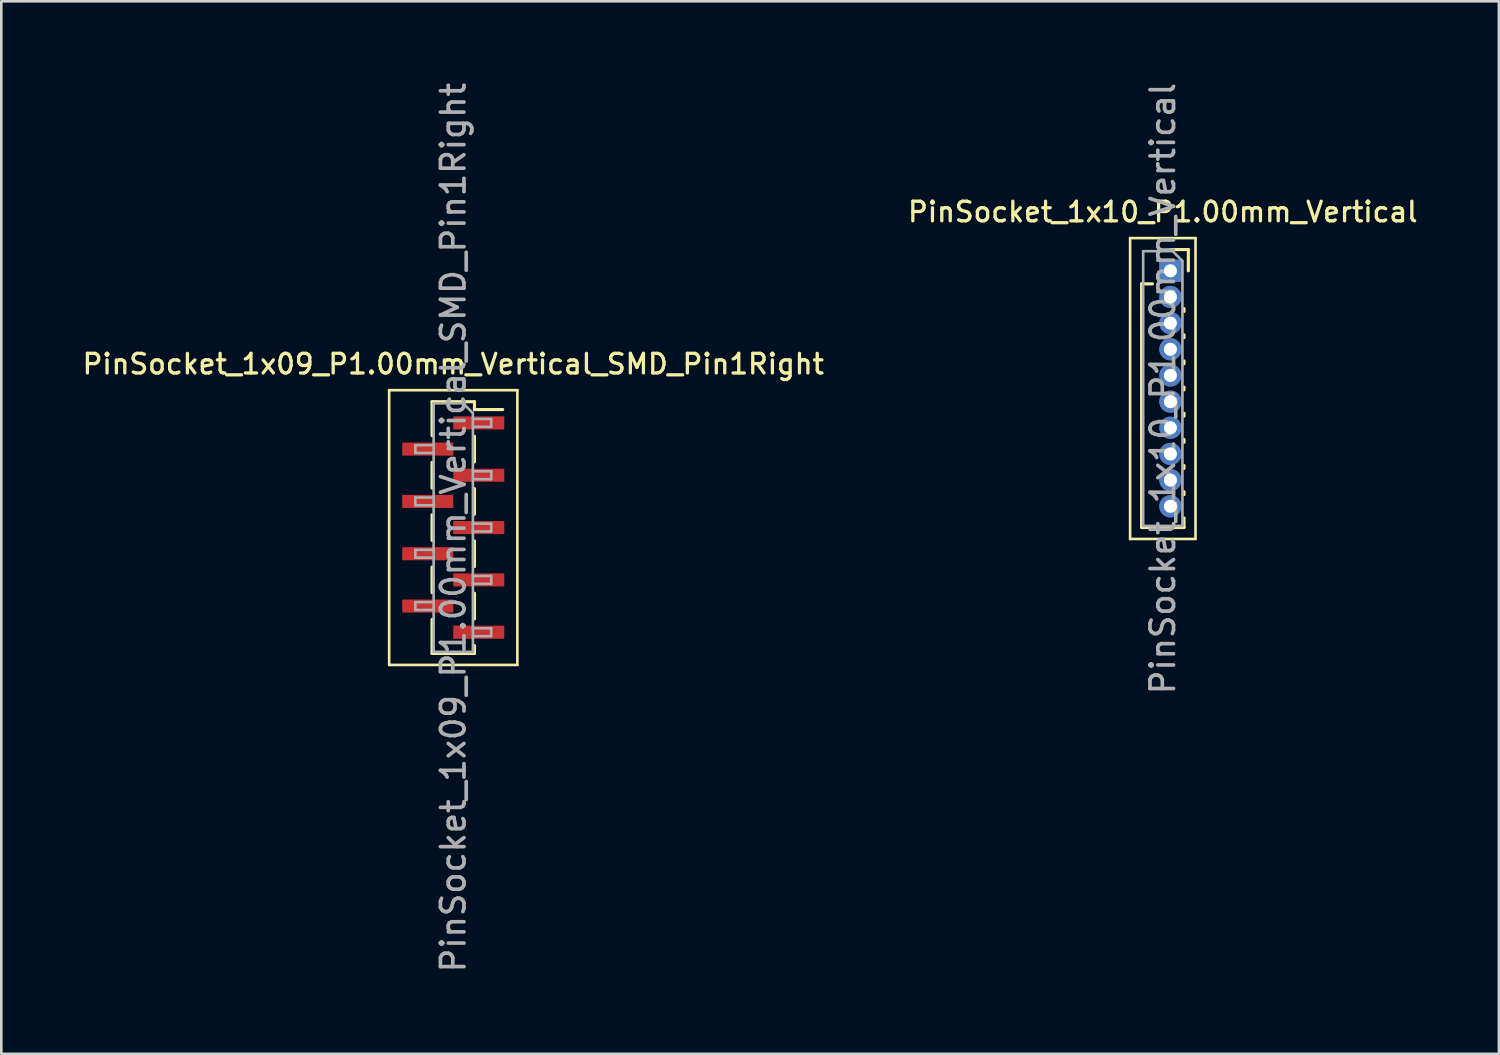
<source format=kicad_pcb>
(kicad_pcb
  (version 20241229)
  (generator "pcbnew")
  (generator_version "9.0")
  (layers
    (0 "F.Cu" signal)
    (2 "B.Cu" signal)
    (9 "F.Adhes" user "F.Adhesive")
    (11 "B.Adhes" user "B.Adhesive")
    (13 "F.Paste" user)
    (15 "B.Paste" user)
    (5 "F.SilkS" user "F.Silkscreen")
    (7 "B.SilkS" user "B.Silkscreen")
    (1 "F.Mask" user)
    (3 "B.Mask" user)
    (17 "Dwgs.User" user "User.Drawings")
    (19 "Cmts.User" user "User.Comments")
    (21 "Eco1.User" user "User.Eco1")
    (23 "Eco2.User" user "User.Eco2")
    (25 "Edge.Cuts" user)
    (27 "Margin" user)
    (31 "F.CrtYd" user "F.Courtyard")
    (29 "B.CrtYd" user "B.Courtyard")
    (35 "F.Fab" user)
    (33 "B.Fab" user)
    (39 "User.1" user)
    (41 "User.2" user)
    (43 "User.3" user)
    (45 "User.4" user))
  (footprint "PinSocket_1x10_P1.00mm_Vertical"
    (layer "F.Cu")
    (at 41.681 7.299)
    (property "Reference" "PinSocket_1x10_P1.00mm_Vertical" (at -0.29 -2.25 0) (layer "F.SilkS") (effects (font (size 0.75 0.75) (thickness 0.125))))
    (attr through_hole)
    (fp_line (start -1.54 -1.25) (end 0.96 -1.25) (stroke (width 0.1) (type solid)) (layer "F.SilkS"))
    (fp_line (start -1.54 10.25) (end -1.54 -1.25) (stroke (width 0.1) (type solid)) (layer "F.SilkS"))
    (fp_line (start -1.1 0.5) (end -1.1 9.81) (stroke (width 0.12) (type solid)) (layer "F.SilkS"))
    (fp_line (start -1.1 0.5) (end -0.685 0.5) (stroke (width 0.12) (type solid)) (layer "F.SilkS"))
    (fp_line (start -1.1 9.81) (end 0.52 9.81) (stroke (width 0.12) (type solid)) (layer "F.SilkS"))
    (fp_line (start 0 -0.81) (end 0.685 -0.81) (stroke (width 0.12) (type solid)) (layer "F.SilkS"))
    (fp_line (start 0.52 1.446) (end 0.52 1.554) (stroke (width 0.12) (type solid)) (layer "F.SilkS"))
    (fp_line (start 0.52 2.446) (end 0.52 2.554) (stroke (width 0.12) (type solid)) (layer "F.SilkS"))
    (fp_line (start 0.52 3.446) (end 0.52 3.554) (stroke (width 0.12) (type solid)) (layer "F.SilkS"))
    (fp_line (start 0.52 4.446) (end 0.52 4.554) (stroke (width 0.12) (type solid)) (layer "F.SilkS"))
    (fp_line (start 0.52 5.446) (end 0.52 5.554) (stroke (width 0.12) (type solid)) (layer "F.SilkS"))
    (fp_line (start 0.52 6.446) (end 0.52 6.554) (stroke (width 0.12) (type solid)) (layer "F.SilkS"))
    (fp_line (start 0.52 7.446) (end 0.52 7.554) (stroke (width 0.12) (type solid)) (layer "F.SilkS"))
    (fp_line (start 0.52 8.446) (end 0.52 8.554) (stroke (width 0.12) (type solid)) (layer "F.SilkS"))
    (fp_line (start 0.52 9.446) (end 0.52 9.81) (stroke (width 0.12) (type solid)) (layer "F.SilkS"))
    (fp_line (start 0.685 -0.81) (end 0.685 0) (stroke (width 0.12) (type solid)) (layer "F.SilkS"))
    (fp_line (start 0.96 -1.25) (end 0.96 10.25) (stroke (width 0.1) (type solid)) (layer "F.SilkS"))
    (fp_line (start 0.96 10.25) (end -1.54 10.25) (stroke (width 0.1) (type solid)) (layer "F.SilkS"))
    (fp_line (start -1.04 -0.75) (end 0.085 -0.75) (stroke (width 0.1) (type solid)) (layer "F.Fab"))
    (fp_line (start -1.04 9.75) (end -1.04 -0.75) (stroke (width 0.1) (type solid)) (layer "F.Fab"))
    (fp_line (start 0.085 -0.75) (end 0.46 -0.375) (stroke (width 0.1) (type solid)) (layer "F.Fab"))
    (fp_line (start 0.46 -0.375) (end 0.46 9.75) (stroke (width 0.1) (type solid)) (layer "F.Fab"))
    (fp_line (start 0.46 9.75) (end -1.04 9.75) (stroke (width 0.1) (type solid)) (layer "F.Fab"))
    (fp_text user "${REFERENCE}" (at -0.29 4.5 90) (layer "F.Fab") (effects (font (size 0.9 0.9) (thickness 0.14))))
    (pad "1" thru_hole rect (at 0 0) (size 0.85 0.85) (drill 0.5) (layers "*.Cu" "*.Mask"))
    (pad "2" thru_hole oval (at 0 1) (size 0.85 0.85) (drill 0.5) (layers "*.Cu" "*.Mask"))
    (pad "3" thru_hole oval (at 0 2) (size 0.85 0.85) (drill 0.5) (layers "*.Cu" "*.Mask"))
    (pad "4" thru_hole oval (at 0 3) (size 0.85 0.85) (drill 0.5) (layers "*.Cu" "*.Mask"))
    (pad "5" thru_hole oval (at 0 4) (size 0.85 0.85) (drill 0.5) (layers "*.Cu" "*.Mask"))
    (pad "6" thru_hole oval (at 0 5) (size 0.85 0.85) (drill 0.5) (layers "*.Cu" "*.Mask"))
    (pad "7" thru_hole oval (at 0 6) (size 0.85 0.85) (drill 0.5) (layers "*.Cu" "*.Mask"))
    (pad "8" thru_hole oval (at 0 7) (size 0.85 0.85) (drill 0.5) (layers "*.Cu" "*.Mask"))
    (pad "9" thru_hole oval (at 0 8) (size 0.85 0.85) (drill 0.5) (layers "*.Cu" "*.Mask"))
    (pad "10" thru_hole oval (at 0 9) (size 0.85 0.85) (drill 0.5) (layers "*.Cu" "*.Mask")))
  (footprint "PinSocket_1x09_P1.00mm_Vertical_SMD_Pin1Right"
    (layer "F.Cu")
    (at 14.273 17.113)
    (property "Reference" "PinSocket_1x09_P1.00mm_Vertical_SMD_Pin1Right" (at 0 -6.25 0) (layer "F.SilkS") (effects (font (size 0.75 0.75) (thickness 0.125))))
    (attr smd)
    (fp_line (start -2.45 -5.25) (end 2.45 -5.25) (stroke (width 0.1) (type solid)) (layer "F.SilkS"))
    (fp_line (start -2.45 5.25) (end -2.45 -5.25) (stroke (width 0.1) (type solid)) (layer "F.SilkS"))
    (fp_line (start -0.81 -4.81) (end -0.81 -3.51) (stroke (width 0.12) (type solid)) (layer "F.SilkS"))
    (fp_line (start -0.81 -4.81) (end 0.81 -4.81) (stroke (width 0.12) (type solid)) (layer "F.SilkS"))
    (fp_line (start -0.81 -2.49) (end -0.81 -1.51) (stroke (width 0.12) (type solid)) (layer "F.SilkS"))
    (fp_line (start -0.81 -0.49) (end -0.81 0.49) (stroke (width 0.12) (type solid)) (layer "F.SilkS"))
    (fp_line (start -0.81 1.51) (end -0.81 2.49) (stroke (width 0.12) (type solid)) (layer "F.SilkS"))
    (fp_line (start -0.81 3.51) (end -0.81 4.81) (stroke (width 0.12) (type solid)) (layer "F.SilkS"))
    (fp_line (start -0.81 4.81) (end 0.81 4.81) (stroke (width 0.12) (type solid)) (layer "F.SilkS"))
    (fp_line (start 0.81 -4.81) (end 0.81 -4.51) (stroke (width 0.12) (type solid)) (layer "F.SilkS"))
    (fp_line (start 0.81 -4.51) (end 1.89 -4.51) (stroke (width 0.12) (type solid)) (layer "F.SilkS"))
    (fp_line (start 0.81 -3.49) (end 0.81 -2.51) (stroke (width 0.12) (type solid)) (layer "F.SilkS"))
    (fp_line (start 0.81 -1.49) (end 0.81 -0.51) (stroke (width 0.12) (type solid)) (layer "F.SilkS"))
    (fp_line (start 0.81 0.51) (end 0.81 1.49) (stroke (width 0.12) (type solid)) (layer "F.SilkS"))
    (fp_line (start 0.81 2.51) (end 0.81 3.49) (stroke (width 0.12) (type solid)) (layer "F.SilkS"))
    (fp_line (start 0.81 4.51) (end 0.81 4.81) (stroke (width 0.12) (type solid)) (layer "F.SilkS"))
    (fp_line (start 2.45 -5.25) (end 2.45 5.25) (stroke (width 0.1) (type solid)) (layer "F.SilkS"))
    (fp_line (start 2.45 5.25) (end -2.45 5.25) (stroke (width 0.1) (type solid)) (layer "F.SilkS"))
    (fp_line (start -1.45 -3.15) (end -0.75 -3.15) (stroke (width 0.1) (type solid)) (layer "F.Fab"))
    (fp_line (start -1.45 -2.85) (end -1.45 -3.15) (stroke (width 0.1) (type solid)) (layer "F.Fab"))
    (fp_line (start -1.45 -1.15) (end -0.75 -1.15) (stroke (width 0.1) (type solid)) (layer "F.Fab"))
    (fp_line (start -1.45 -0.85) (end -1.45 -1.15) (stroke (width 0.1) (type solid)) (layer "F.Fab"))
    (fp_line (start -1.45 0.85) (end -0.75 0.85) (stroke (width 0.1) (type solid)) (layer "F.Fab"))
    (fp_line (start -1.45 1.15) (end -1.45 0.85) (stroke (width 0.1) (type solid)) (layer "F.Fab"))
    (fp_line (start -1.45 2.85) (end -0.75 2.85) (stroke (width 0.1) (type solid)) (layer "F.Fab"))
    (fp_line (start -1.45 3.15) (end -1.45 2.85) (stroke (width 0.1) (type solid)) (layer "F.Fab"))
    (fp_line (start -0.75 -4.75) (end 0.375 -4.75) (stroke (width 0.1) (type solid)) (layer "F.Fab"))
    (fp_line (start -0.75 -2.85) (end -1.45 -2.85) (stroke (width 0.1) (type solid)) (layer "F.Fab"))
    (fp_line (start -0.75 -0.85) (end -1.45 -0.85) (stroke (width 0.1) (type solid)) (layer "F.Fab"))
    (fp_line (start -0.75 1.15) (end -1.45 1.15) (stroke (width 0.1) (type solid)) (layer "F.Fab"))
    (fp_line (start -0.75 3.15) (end -1.45 3.15) (stroke (width 0.1) (type solid)) (layer "F.Fab"))
    (fp_line (start -0.75 4.75) (end -0.75 -4.75) (stroke (width 0.1) (type solid)) (layer "F.Fab"))
    (fp_line (start 0.375 -4.75) (end 0.75 -4.375) (stroke (width 0.1) (type solid)) (layer "F.Fab"))
    (fp_line (start 0.75 -4.375) (end 0.75 4.75) (stroke (width 0.1) (type solid)) (layer "F.Fab"))
    (fp_line (start 0.75 -4.15) (end 1.45 -4.15) (stroke (width 0.1) (type solid)) (layer "F.Fab"))
    (fp_line (start 0.75 -2.15) (end 1.45 -2.15) (stroke (width 0.1) (type solid)) (layer "F.Fab"))
    (fp_line (start 0.75 -0.15) (end 1.45 -0.15) (stroke (width 0.1) (type solid)) (layer "F.Fab"))
    (fp_line (start 0.75 1.85) (end 1.45 1.85) (stroke (width 0.1) (type solid)) (layer "F.Fab"))
    (fp_line (start 0.75 3.85) (end 1.45 3.85) (stroke (width 0.1) (type solid)) (layer "F.Fab"))
    (fp_line (start 0.75 4.75) (end -0.75 4.75) (stroke (width 0.1) (type solid)) (layer "F.Fab"))
    (fp_line (start 1.45 -4.15) (end 1.45 -3.85) (stroke (width 0.1) (type solid)) (layer "F.Fab"))
    (fp_line (start 1.45 -3.85) (end 0.75 -3.85) (stroke (width 0.1) (type solid)) (layer "F.Fab"))
    (fp_line (start 1.45 -2.15) (end 1.45 -1.85) (stroke (width 0.1) (type solid)) (layer "F.Fab"))
    (fp_line (start 1.45 -1.85) (end 0.75 -1.85) (stroke (width 0.1) (type solid)) (layer "F.Fab"))
    (fp_line (start 1.45 -0.15) (end 1.45 0.15) (stroke (width 0.1) (type solid)) (layer "F.Fab"))
    (fp_line (start 1.45 0.15) (end 0.75 0.15) (stroke (width 0.1) (type solid)) (layer "F.Fab"))
    (fp_line (start 1.45 1.85) (end 1.45 2.15) (stroke (width 0.1) (type solid)) (layer "F.Fab"))
    (fp_line (start 1.45 2.15) (end 0.75 2.15) (stroke (width 0.1) (type solid)) (layer "F.Fab"))
    (fp_line (start 1.45 3.85) (end 1.45 4.15) (stroke (width 0.1) (type solid)) (layer "F.Fab"))
    (fp_line (start 1.45 4.15) (end 0.75 4.15) (stroke (width 0.1) (type solid)) (layer "F.Fab"))
    (fp_text user "${REFERENCE}" (at 0 0 90) (layer "F.Fab") (effects (font (size 0.9 0.9) (thickness 0.14))))
    (pad "1" smd rect (at 0.975 -4) (size 1.95 0.5) (layers "F.Cu" "F.Mask" "F.Paste"))
    (pad "2" smd rect (at -0.975 -3) (size 1.95 0.5) (layers "F.Cu" "F.Mask" "F.Paste"))
    (pad "3" smd rect (at 0.975 -2) (size 1.95 0.5) (layers "F.Cu" "F.Mask" "F.Paste"))
    (pad "4" smd rect (at -0.975 -1) (size 1.95 0.5) (layers "F.Cu" "F.Mask" "F.Paste"))
    (pad "5" smd rect (at 0.975 0) (size 1.95 0.5) (layers "F.Cu" "F.Mask" "F.Paste"))
    (pad "6" smd rect (at -0.975 1) (size 1.95 0.5) (layers "F.Cu" "F.Mask" "F.Paste"))
    (pad "7" smd rect (at 0.975 2) (size 1.95 0.5) (layers "F.Cu" "F.Mask" "F.Paste"))
    (pad "8" smd rect (at -0.975 3) (size 1.95 0.5) (layers "F.Cu" "F.Mask" "F.Paste"))
    (pad "9" smd rect (at 0.975 4) (size 1.95 0.5) (layers "F.Cu" "F.Mask" "F.Paste")))
  (gr_rect
    (start -3 -3)
    (end 54.236 37.226)
    (stroke (width 0.1) (type default))
    (fill no)
    (layer "Edge.Cuts")))
</source>
